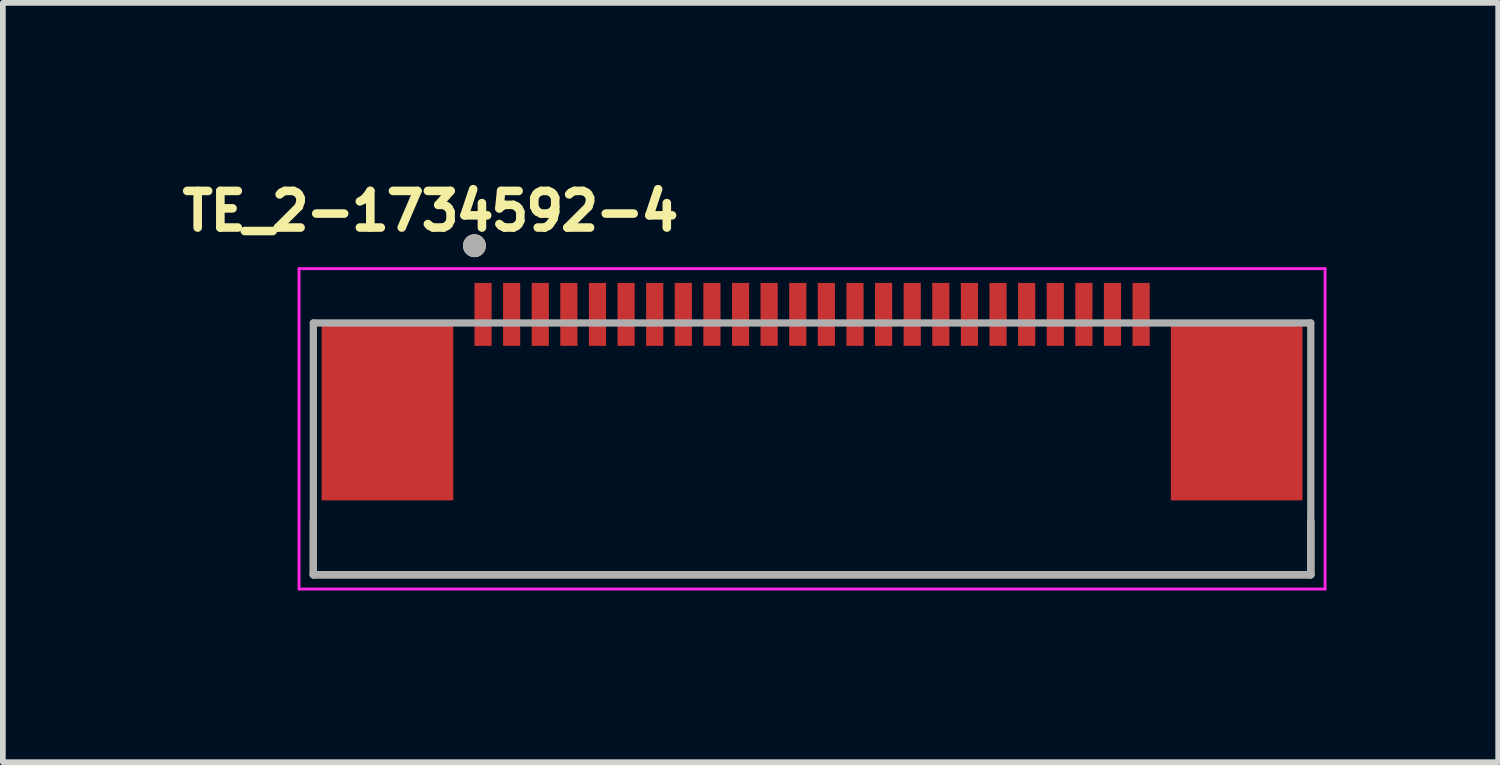
<source format=kicad_pcb>
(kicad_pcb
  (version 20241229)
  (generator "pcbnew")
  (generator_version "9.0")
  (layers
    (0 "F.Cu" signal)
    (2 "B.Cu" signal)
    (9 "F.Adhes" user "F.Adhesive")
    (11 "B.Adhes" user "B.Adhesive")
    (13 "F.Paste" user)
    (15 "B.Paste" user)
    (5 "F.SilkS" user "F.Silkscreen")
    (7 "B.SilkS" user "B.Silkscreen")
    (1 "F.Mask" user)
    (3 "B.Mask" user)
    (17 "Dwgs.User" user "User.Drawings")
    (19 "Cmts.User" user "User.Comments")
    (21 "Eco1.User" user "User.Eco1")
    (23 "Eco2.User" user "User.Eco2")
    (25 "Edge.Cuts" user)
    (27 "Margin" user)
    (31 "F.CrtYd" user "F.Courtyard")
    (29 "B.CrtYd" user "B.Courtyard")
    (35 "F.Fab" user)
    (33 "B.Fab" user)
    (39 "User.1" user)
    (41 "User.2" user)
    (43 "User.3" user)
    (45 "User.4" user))
  (footprint "TE_2-1734592-4"
    (layer "F.Cu")
    (at 11.141 2.444)
    (property "Reference" "TE_2-1734592-4" (at -6.668 -1.806 0) (layer "F.SilkS") (effects (font (size 0.64 0.64) (thickness 0.15))))
    (attr through_hole)
    (fp_line (start -8.715 4.55) (end -8.715 3.6) (stroke (width 0.127) (type solid)) (layer "F.SilkS"))
    (fp_line (start -8.715 4.55) (end 8.715 4.55) (stroke (width 0.127) (type solid)) (layer "F.SilkS"))
    (fp_line (start 8.715 4.55) (end 8.715 3.6) (stroke (width 0.127) (type solid)) (layer "F.SilkS"))
    (fp_circle (center -5.9 -1.2) (end -5.8 -1.2) (stroke (width 0.2) (type solid)) (fill no) (layer "F.SilkS"))
    (fp_line (start -8.965 -0.8) (end -8.965 4.8) (stroke (width 0.05) (type solid)) (layer "F.CrtYd"))
    (fp_line (start -8.965 4.8) (end 8.965 4.8) (stroke (width 0.05) (type solid)) (layer "F.CrtYd"))
    (fp_line (start 8.965 -0.8) (end -8.965 -0.8) (stroke (width 0.05) (type solid)) (layer "F.CrtYd"))
    (fp_line (start 8.965 4.8) (end 8.965 -0.8) (stroke (width 0.05) (type solid)) (layer "F.CrtYd"))
    (fp_line (start -8.715 0.15) (end -8.715 4.55) (stroke (width 0.127) (type solid)) (layer "F.Fab"))
    (fp_line (start -8.715 4.55) (end 8.715 4.55) (stroke (width 0.127) (type solid)) (layer "F.Fab"))
    (fp_line (start 8.715 0.15) (end -8.715 0.15) (stroke (width 0.127) (type solid)) (layer "F.Fab"))
    (fp_line (start 8.715 4.55) (end 8.715 0.15) (stroke (width 0.127) (type solid)) (layer "F.Fab"))
    (fp_circle (center -5.9 -1.2) (end -5.8 -1.2) (stroke (width 0.2) (type solid)) (fill no) (layer "F.Fab"))
    (pad "1" smd rect (at -5.75 0) (size 0.3 1.1) (layers "F.Cu" "F.Mask" "F.Paste"))
    (pad "2" smd rect (at -5.25 0) (size 0.3 1.1) (layers "F.Cu" "F.Mask" "F.Paste"))
    (pad "3" smd rect (at -4.75 0) (size 0.3 1.1) (layers "F.Cu" "F.Mask" "F.Paste"))
    (pad "4" smd rect (at -4.25 0) (size 0.3 1.1) (layers "F.Cu" "F.Mask" "F.Paste"))
    (pad "5" smd rect (at -3.75 0) (size 0.3 1.1) (layers "F.Cu" "F.Mask" "F.Paste"))
    (pad "6" smd rect (at -3.25 0) (size 0.3 1.1) (layers "F.Cu" "F.Mask" "F.Paste"))
    (pad "7" smd rect (at -2.75 0) (size 0.3 1.1) (layers "F.Cu" "F.Mask" "F.Paste"))
    (pad "8" smd rect (at -2.25 0) (size 0.3 1.1) (layers "F.Cu" "F.Mask" "F.Paste"))
    (pad "9" smd rect (at -1.75 0) (size 0.3 1.1) (layers "F.Cu" "F.Mask" "F.Paste"))
    (pad "10" smd rect (at -1.25 0) (size 0.3 1.1) (layers "F.Cu" "F.Mask" "F.Paste"))
    (pad "11" smd rect (at -0.75 0) (size 0.3 1.1) (layers "F.Cu" "F.Mask" "F.Paste"))
    (pad "12" smd rect (at -0.25 0) (size 0.3 1.1) (layers "F.Cu" "F.Mask" "F.Paste"))
    (pad "13" smd rect (at 0.25 0) (size 0.3 1.1) (layers "F.Cu" "F.Mask" "F.Paste"))
    (pad "14" smd rect (at 0.75 0) (size 0.3 1.1) (layers "F.Cu" "F.Mask" "F.Paste"))
    (pad "15" smd rect (at 1.25 0) (size 0.3 1.1) (layers "F.Cu" "F.Mask" "F.Paste"))
    (pad "16" smd rect (at 1.75 0) (size 0.3 1.1) (layers "F.Cu" "F.Mask" "F.Paste"))
    (pad "17" smd rect (at 2.25 0) (size 0.3 1.1) (layers "F.Cu" "F.Mask" "F.Paste"))
    (pad "18" smd rect (at 2.75 0) (size 0.3 1.1) (layers "F.Cu" "F.Mask" "F.Paste"))
    (pad "19" smd rect (at 3.25 0) (size 0.3 1.1) (layers "F.Cu" "F.Mask" "F.Paste"))
    (pad "20" smd rect (at 3.75 0) (size 0.3 1.1) (layers "F.Cu" "F.Mask" "F.Paste"))
    (pad "21" smd rect (at 4.25 0) (size 0.3 1.1) (layers "F.Cu" "F.Mask" "F.Paste"))
    (pad "22" smd rect (at 4.75 0) (size 0.3 1.1) (layers "F.Cu" "F.Mask" "F.Paste"))
    (pad "23" smd rect (at 5.25 0) (size 0.3 1.1) (layers "F.Cu" "F.Mask" "F.Paste"))
    (pad "24" smd rect (at 5.75 0) (size 0.3 1.1) (layers "F.Cu" "F.Mask" "F.Paste"))
    (pad "S1" smd rect (at -7.42 1.7) (size 2.3 3.1) (layers "F.Cu" "F.Mask" "F.Paste"))
    (pad "S2" smd rect (at 7.42 1.7) (size 2.3 3.1) (layers "F.Cu" "F.Mask" "F.Paste")))
  (gr_rect
    (start -3 -3)
    (end 23.131 10.269)
    (stroke (width 0.1) (type default))
    (fill no)
    (layer "Edge.Cuts")))
</source>
